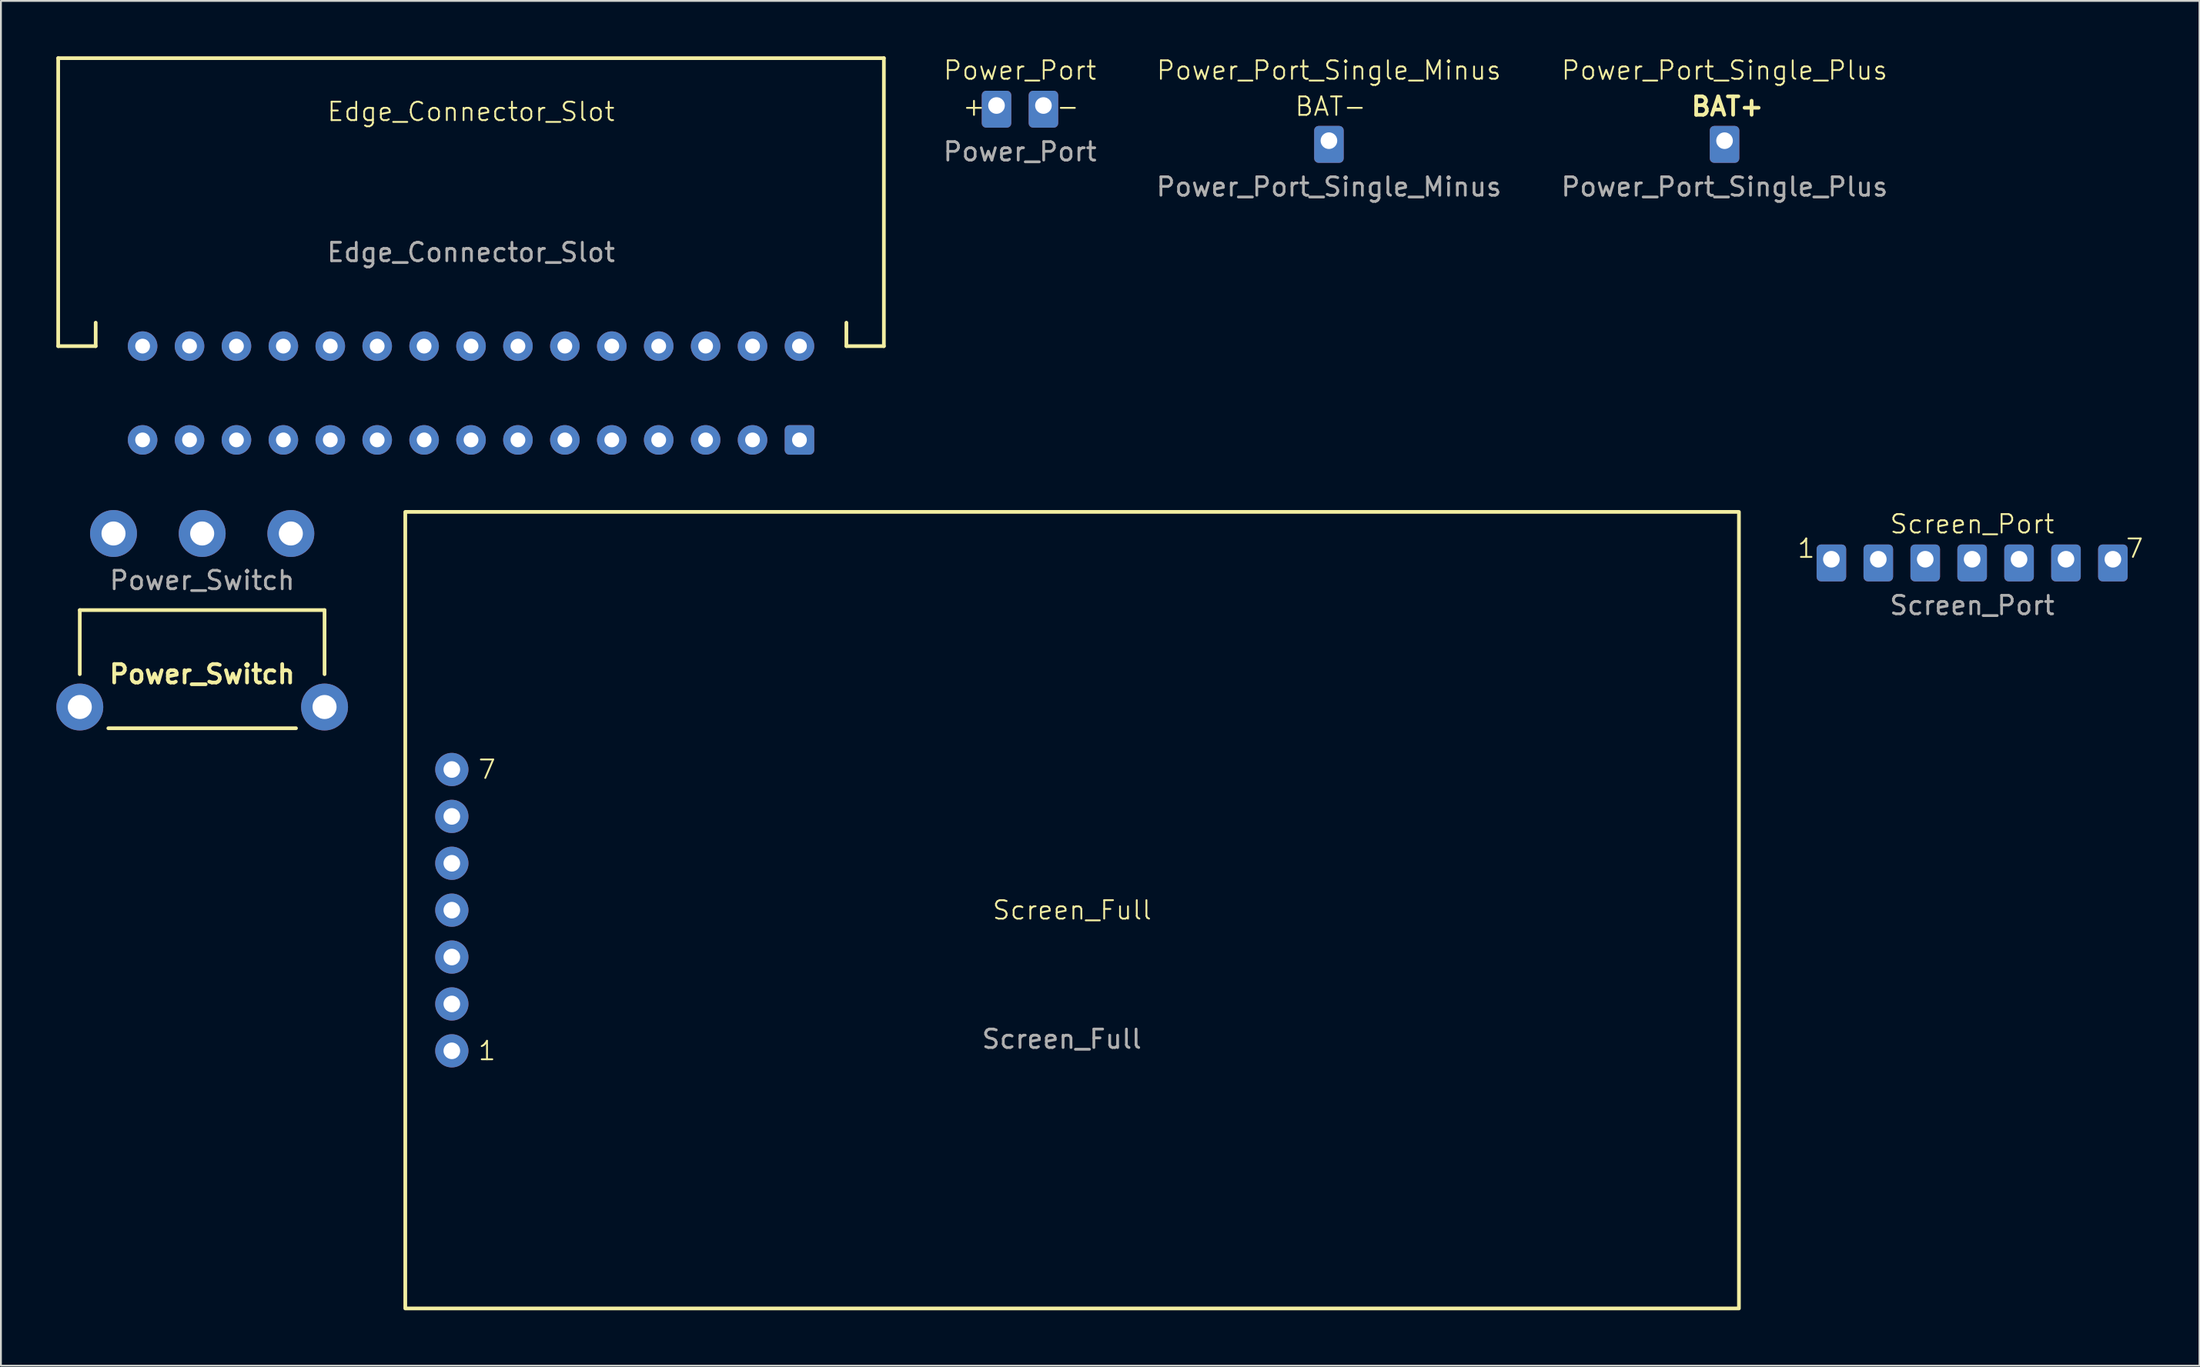
<source format=kicad_pcb>
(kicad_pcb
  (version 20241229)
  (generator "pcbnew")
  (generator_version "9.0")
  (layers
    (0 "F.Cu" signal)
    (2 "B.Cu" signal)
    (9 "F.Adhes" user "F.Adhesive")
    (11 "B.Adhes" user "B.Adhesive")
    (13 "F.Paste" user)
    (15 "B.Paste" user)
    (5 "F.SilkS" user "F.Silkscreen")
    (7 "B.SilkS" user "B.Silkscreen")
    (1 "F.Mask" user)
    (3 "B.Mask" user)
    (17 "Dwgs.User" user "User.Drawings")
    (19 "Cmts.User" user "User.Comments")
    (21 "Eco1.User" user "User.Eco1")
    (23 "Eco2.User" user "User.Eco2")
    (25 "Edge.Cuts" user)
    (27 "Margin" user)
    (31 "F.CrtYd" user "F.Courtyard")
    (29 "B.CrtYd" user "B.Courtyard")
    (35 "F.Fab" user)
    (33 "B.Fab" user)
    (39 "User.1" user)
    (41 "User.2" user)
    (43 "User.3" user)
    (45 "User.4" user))
  (footprint "Power_Switch"
    (layer "F.Cu")
    (at 7.895 25.85)
    (property "Reference" "Power_Switch" (at 0 7.62 0) (unlocked yes) (layer "F.SilkS") (effects (font (size 1 1) (thickness 0.2) (bold yes))))
    (attr through_hole)
    (fp_line (start -6.625 4.15) (end 6.625 4.15) (stroke (width 0.2) (type default)) (layer "F.SilkS"))
    (fp_line (start -6.625 7.62) (end -6.625 4.15) (stroke (width 0.2) (type default)) (layer "F.SilkS"))
    (fp_line (start 5.08 10.55) (end -5.08 10.55) (stroke (width 0.2) (type default)) (layer "F.SilkS"))
    (fp_line (start 6.625 4.15) (end 6.625 7.62) (stroke (width 0.2) (type default)) (layer "F.SilkS"))
    (fp_text user "${REFERENCE}" (at 0 2.54 0) (unlocked yes) (layer "F.Fab") (effects (font (size 1 1) (thickness 0.15))))
    (pad "" thru_hole circle (at -6.625 9.4) (size 2.54 2.54) (drill 1.3) (layers "*.Cu" "*.Mask"))
    (pad "" thru_hole circle (at 6.625 9.4) (size 2.54 2.54) (drill 1.3) (layers "*.Cu" "*.Mask"))
    (pad "1" thru_hole circle (at -4.8 0) (size 2.54 2.54) (drill 1.3) (layers "*.Cu" "*.Mask"))
    (pad "2" thru_hole circle (at 0 0) (size 2.54 2.54) (drill 1.3) (layers "*.Cu" "*.Mask"))
    (pad "3" thru_hole circle (at 4.8 0) (size 2.54 2.54) (drill 1.3) (layers "*.Cu" "*.Mask")))
  (footprint "Power_Port_Single_Minus"
    (layer "F.Cu")
    (at 68.894 4.571)
    (property "Reference" "Power_Port_Single_Minus" (at 0 -3.81 0) (unlocked yes) (layer "F.SilkS") (effects (font (size 1 1) (thickness 0.1))))
    (attr through_hole)
    (fp_text user "BAT-" (at -1.905 -1.27 0) (unlocked yes) (layer "F.SilkS") (effects (font (size 1 1) (thickness 0.1)) (justify left bottom)))
    (fp_text user "${REFERENCE}" (at 0 2.5 0) (unlocked yes) (layer "F.Fab") (effects (font (size 1 1) (thickness 0.15))))
    (pad "1" thru_hole roundrect (at 0 0 90) (size 2 1.6) (drill 0.9 (offset -0.2 0)) (layers "*.Cu" "*.Mask") (roundrect_rratio 0.15)))
  (footprint "Power_Port_Single_Plus"
    (layer "F.Cu")
    (at 90.311 4.571)
    (property "Reference" "Power_Port_Single_Plus" (at 0 -3.81 0) (unlocked yes) (layer "F.SilkS") (effects (font (size 1 1) (thickness 0.1))))
    (attr through_hole)
    (fp_text user "BAT+" (at -1.905 -1.27 0) (unlocked yes) (layer "F.SilkS") (effects (font (size 1 1) (thickness 0.2) (bold yes)) (justify left bottom)))
    (fp_text user "${REFERENCE}" (at 0 2.5 0) (unlocked yes) (layer "F.Fab") (effects (font (size 1 1) (thickness 0.15))))
    (pad "1" thru_hole roundrect (at 0 0 90) (size 2 1.6) (drill 0.9 (offset -0.2 0)) (layers "*.Cu" "*.Mask") (roundrect_rratio 0.15)))
  (footprint "Screen_Port"
    (layer "F.Cu")
    (at 103.715 27.245)
    (property "Reference" "Screen_Port" (at 0 -1.905 0) (unlocked yes) (layer "F.SilkS") (effects (font (size 1 1) (thickness 0.1))))
    (attr through_hole)
    (fp_text user "7" (at 8.255 0 0) (unlocked yes) (layer "F.SilkS") (effects (font (size 1 1) (thickness 0.1)) (justify left bottom)))
    (fp_text user "1" (at -9.525 0 0) (unlocked yes) (layer "F.SilkS") (effects (font (size 1 1) (thickness 0.1)) (justify left bottom)))
    (fp_text user "${REFERENCE}" (at 0 2.5 0) (unlocked yes) (layer "F.Fab") (effects (font (size 1 1) (thickness 0.15))))
    (pad "1" thru_hole roundrect (at -7.62 0 90) (size 2 1.6) (drill 0.9 (offset -0.2 0)) (layers "*.Cu" "*.Mask") (roundrect_rratio 0.15))
    (pad "2" thru_hole roundrect (at -5.08 0 90) (size 2 1.6) (drill 0.9 (offset -0.2 0)) (layers "*.Cu" "*.Mask") (roundrect_rratio 0.15))
    (pad "3" thru_hole roundrect (at -2.54 0 90) (size 2 1.6) (drill 0.9 (offset -0.2 0)) (layers "*.Cu" "*.Mask") (roundrect_rratio 0.15))
    (pad "4" thru_hole roundrect (at 0 0 90) (size 2 1.6) (drill 0.9 (offset -0.2 0)) (layers "*.Cu" "*.Mask") (roundrect_rratio 0.15))
    (pad "5" thru_hole roundrect (at 2.54 0 90) (size 2 1.6) (drill 0.9 (offset -0.2 0)) (layers "*.Cu" "*.Mask") (roundrect_rratio 0.15))
    (pad "6" thru_hole roundrect (at 5.08 0 90) (size 2 1.6) (drill 0.9 (offset -0.2 0)) (layers "*.Cu" "*.Mask") (roundrect_rratio 0.15))
    (pad "7" thru_hole roundrect (at 7.62 0 90) (size 2 1.6) (drill 0.9 (offset -0.2 0)) (layers "*.Cu" "*.Mask") (roundrect_rratio 0.15)))
  (footprint "Screen_Full"
    (layer "F.Cu")
    (at 21.41 46.255)
    (property "Reference" "Screen_Full" (at 33.58 0 0) (unlocked yes) (layer "F.SilkS") (effects (font (size 1 1) (thickness 0.1))))
    (attr through_hole)
    (fp_rect (start -2.52 -21.575) (end 69.68 21.575) (stroke (width 0.2) (type solid)) (fill no) (layer "F.SilkS"))
    (fp_text user "1" (at 1.905 7.62 0) (unlocked yes) (layer "F.SilkS") (effects (font (size 1 1) (thickness 0.1))))
    (fp_text user "7" (at 1.905 -7.62 0) (unlocked yes) (layer "F.SilkS") (effects (font (size 1 1) (thickness 0.1))))
    (fp_text user "${REFERENCE}" (at 33.02 6.985 0) (unlocked yes) (layer "F.Fab") (effects (font (size 1 1) (thickness 0.15))))
    (pad "1" thru_hole circle (at 0 7.62 180) (size 1.8 1.8) (drill 0.9) (layers "*.Cu" "*.Mask"))
    (pad "2" thru_hole circle (at 0 5.08 180) (size 1.8 1.8) (drill 0.9) (layers "*.Cu" "*.Mask"))
    (pad "3" thru_hole circle (at 0 2.54 180) (size 1.8 1.8) (drill 0.9) (layers "*.Cu" "*.Mask"))
    (pad "4" thru_hole circle (at 0 0 180) (size 1.8 1.8) (drill 0.9) (layers "*.Cu" "*.Mask"))
    (pad "5" thru_hole circle (at 0 -2.54 180) (size 1.8 1.8) (drill 0.9) (layers "*.Cu" "*.Mask"))
    (pad "6" thru_hole circle (at 0 -5.08 180) (size 1.8 1.8) (drill 0.9) (layers "*.Cu" "*.Mask"))
    (pad "7" thru_hole circle (at 0 -7.62 180) (size 1.8 1.8) (drill 0.9) (layers "*.Cu" "*.Mask")))
  (footprint "Power_Port"
    (layer "F.Cu")
    (at 52.168 2.666)
    (property "Reference" "Power_Port" (at 0 -1.905 0) (unlocked yes) (layer "F.SilkS") (effects (font (size 1 1) (thickness 0.1))))
    (attr through_hole)
    (fp_text user "-" (at 1.905 0.635 0) (unlocked yes) (layer "F.SilkS") (effects (font (size 1 1) (thickness 0.1)) (justify left bottom)))
    (fp_text user "+" (at -3.175 0.635 0) (unlocked yes) (layer "F.SilkS") (effects (font (size 1 1) (thickness 0.1)) (justify left bottom)))
    (fp_text user "${REFERENCE}" (at 0 2.5 0) (unlocked yes) (layer "F.Fab") (effects (font (size 1 1) (thickness 0.15))))
    (pad "1" thru_hole roundrect (at -1.27 0 90) (size 2 1.6) (drill 0.9 (offset -0.2 0)) (layers "*.Cu" "*.Mask") (roundrect_rratio 0.15))
    (pad "2" thru_hole roundrect (at 1.27 0 90) (size 2 1.6) (drill 0.9 (offset -0.2 0)) (layers "*.Cu" "*.Mask") (roundrect_rratio 0.15)))
  (footprint "Edge_Connector_Slot"
    (layer "F.Cu")
    (at 22.45 15.7)
    (property "Reference" "Edge_Connector_Slot" (at 0 -12.7 0) (unlocked yes) (layer "F.SilkS") (effects (font (size 1 1) (thickness 0.1))))
    (attr through_hole)
    (fp_line (start -22.35 -15.6) (end 22.35 -15.6) (stroke (width 0.2) (type default)) (layer "F.SilkS"))
    (fp_line (start -22.35 0) (end -22.35 -15.6) (stroke (width 0.2) (type default)) (layer "F.SilkS"))
    (fp_line (start -20.32 -1.27) (end -20.32 0) (stroke (width 0.2) (type default)) (layer "F.SilkS"))
    (fp_line (start -20.32 0) (end -22.35 0) (stroke (width 0.2) (type default)) (layer "F.SilkS"))
    (fp_line (start 20.32 0) (end 20.32 -1.27) (stroke (width 0.2) (type default)) (layer "F.SilkS"))
    (fp_line (start 22.35 -15.6) (end 22.35 0) (stroke (width 0.2) (type default)) (layer "F.SilkS"))
    (fp_line (start 22.35 0) (end 20.32 0) (stroke (width 0.2) (type solid)) (layer "F.SilkS"))
    (fp_text user "${REFERENCE}" (at 0 -5.08 0) (unlocked yes) (layer "F.Fab") (effects (font (size 1 1) (thickness 0.15))))
    (pad "1" thru_hole roundrect (at 17.78 5.08 90) (size 1.6 1.6) (drill 0.8) (layers "*.Cu" "*.Mask") (roundrect_rratio 0.156))
    (pad "2" thru_hole circle (at 17.78 0 90) (size 1.6 1.6) (drill 0.8) (layers "*.Cu" "*.Mask"))
    (pad "3" thru_hole circle (at 15.24 5.08 90) (size 1.6 1.6) (drill 0.8) (layers "*.Cu" "*.Mask"))
    (pad "4" thru_hole circle (at 15.24 0 90) (size 1.6 1.6) (drill 0.8) (layers "*.Cu" "*.Mask"))
    (pad "5" thru_hole circle (at 12.7 5.08 90) (size 1.6 1.6) (drill 0.8) (layers "*.Cu" "*.Mask"))
    (pad "6" thru_hole circle (at 12.7 0 90) (size 1.6 1.6) (drill 0.8) (layers "*.Cu" "*.Mask"))
    (pad "7" thru_hole circle (at 10.16 5.08 90) (size 1.6 1.6) (drill 0.8) (layers "*.Cu" "*.Mask"))
    (pad "8" thru_hole circle (at 10.16 0 90) (size 1.6 1.6) (drill 0.8) (layers "*.Cu" "*.Mask"))
    (pad "9" thru_hole circle (at 7.62 5.08 90) (size 1.6 1.6) (drill 0.8) (layers "*.Cu" "*.Mask"))
    (pad "10" thru_hole circle (at 7.62 0 90) (size 1.6 1.6) (drill 0.8) (layers "*.Cu" "*.Mask"))
    (pad "11" thru_hole circle (at 5.08 5.08 90) (size 1.6 1.6) (drill 0.8) (layers "*.Cu" "*.Mask"))
    (pad "12" thru_hole circle (at 5.08 0 90) (size 1.6 1.6) (drill 0.8) (layers "*.Cu" "*.Mask"))
    (pad "13" thru_hole circle (at 2.54 5.08 90) (size 1.6 1.6) (drill 0.8) (layers "*.Cu" "*.Mask"))
    (pad "14" thru_hole circle (at 2.54 0 90) (size 1.6 1.6) (drill 0.8) (layers "*.Cu" "*.Mask"))
    (pad "15" thru_hole circle (at 0 5.08 90) (size 1.6 1.6) (drill 0.8) (layers "*.Cu" "*.Mask"))
    (pad "16" thru_hole circle (at 0 0 90) (size 1.6 1.6) (drill 0.8) (layers "*.Cu" "*.Mask"))
    (pad "17" thru_hole circle (at -2.54 5.08 90) (size 1.6 1.6) (drill 0.8) (layers "*.Cu" "*.Mask"))
    (pad "18" thru_hole circle (at -2.54 0 90) (size 1.6 1.6) (drill 0.8) (layers "*.Cu" "*.Mask"))
    (pad "19" thru_hole circle (at -5.08 5.08 90) (size 1.6 1.6) (drill 0.8) (layers "*.Cu" "*.Mask"))
    (pad "20" thru_hole circle (at -5.08 0 90) (size 1.6 1.6) (drill 0.8) (layers "*.Cu" "*.Mask"))
    (pad "21" thru_hole circle (at -7.62 5.08 90) (size 1.6 1.6) (drill 0.8) (layers "*.Cu" "*.Mask"))
    (pad "22" thru_hole circle (at -7.62 0 90) (size 1.6 1.6) (drill 0.8) (layers "*.Cu" "*.Mask"))
    (pad "23" thru_hole circle (at -10.16 5.08 90) (size 1.6 1.6) (drill 0.8) (layers "*.Cu" "*.Mask"))
    (pad "24" thru_hole circle (at -10.16 0 90) (size 1.6 1.6) (drill 0.8) (layers "*.Cu" "*.Mask"))
    (pad "25" thru_hole circle (at -12.7 5.08 90) (size 1.6 1.6) (drill 0.8) (layers "*.Cu" "*.Mask"))
    (pad "26" thru_hole circle (at -12.7 0 90) (size 1.6 1.6) (drill 0.8) (layers "*.Cu" "*.Mask"))
    (pad "27" thru_hole circle (at -15.24 5.08 90) (size 1.6 1.6) (drill 0.8) (layers "*.Cu" "*.Mask"))
    (pad "28" thru_hole circle (at -15.24 0 90) (size 1.6 1.6) (drill 0.8) (layers "*.Cu" "*.Mask"))
    (pad "29" thru_hole circle (at -17.78 5.08 90) (size 1.6 1.6) (drill 0.8) (layers "*.Cu" "*.Mask"))
    (pad "30" thru_hole circle (at -17.78 0 90) (size 1.6 1.6) (drill 0.8) (layers "*.Cu" "*.Mask")))
  (gr_rect
    (start -3 -3)
    (end 116.022 70.93)
    (stroke (width 0.1) (type default))
    (fill no)
    (layer "Edge.Cuts")))
</source>
